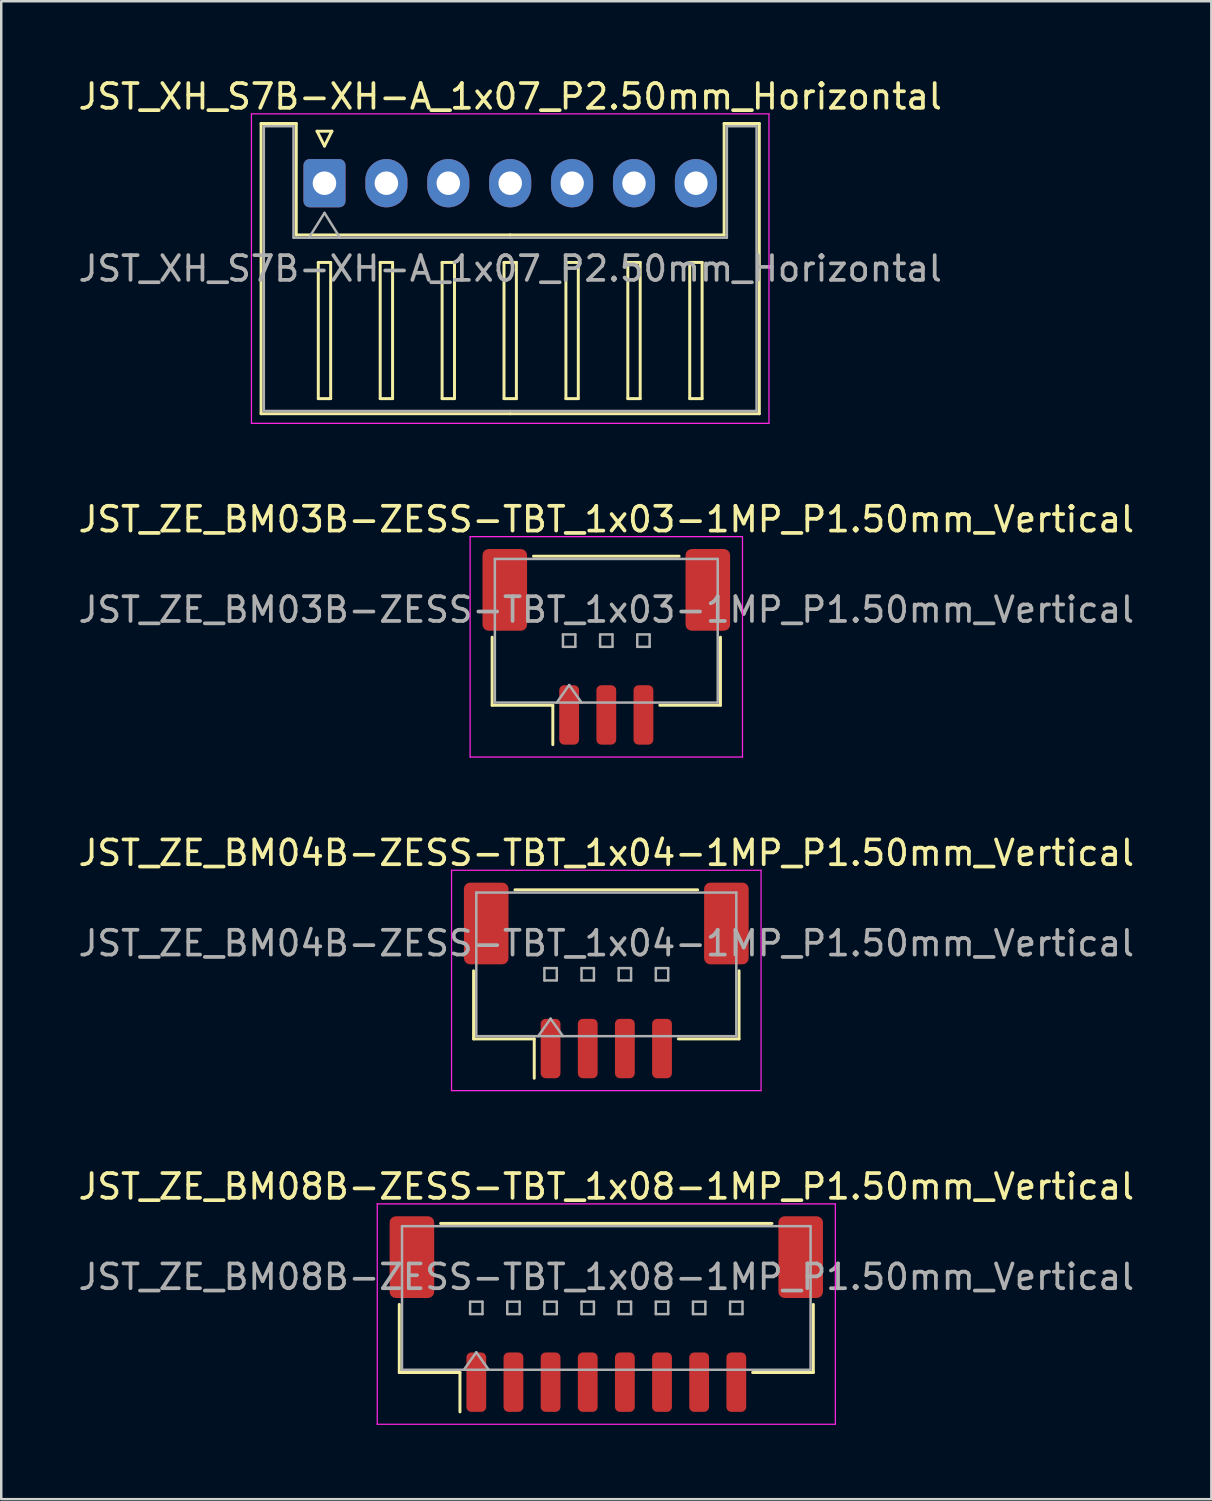
<source format=kicad_pcb>
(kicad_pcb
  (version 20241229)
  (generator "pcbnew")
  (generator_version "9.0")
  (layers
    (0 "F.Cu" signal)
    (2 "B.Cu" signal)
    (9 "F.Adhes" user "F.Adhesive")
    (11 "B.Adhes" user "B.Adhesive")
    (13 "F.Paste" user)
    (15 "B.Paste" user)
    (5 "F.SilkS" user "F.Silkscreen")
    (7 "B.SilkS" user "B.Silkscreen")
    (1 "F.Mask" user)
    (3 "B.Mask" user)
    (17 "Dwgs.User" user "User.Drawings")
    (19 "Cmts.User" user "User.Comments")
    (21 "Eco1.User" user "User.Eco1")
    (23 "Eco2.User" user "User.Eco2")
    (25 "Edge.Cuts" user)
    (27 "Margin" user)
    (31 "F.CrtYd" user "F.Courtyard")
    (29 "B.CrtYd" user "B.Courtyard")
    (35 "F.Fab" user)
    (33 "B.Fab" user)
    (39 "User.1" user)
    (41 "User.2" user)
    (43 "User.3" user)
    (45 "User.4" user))
  (footprint "JST_ZE_BM03B-ZESS-TBT_1x03-1MP_P1.50mm_Vertical"
    (layer "F.Cu")
    (at 21.435 23.072)
    (property "Reference" "JST_ZE_BM03B-ZESS-TBT_1x03-1MP_P1.50mm_Vertical" (at 0 -5.15 0) (layer "F.SilkS") (effects (font (size 1 1) (thickness 0.15))))
    (attr smd)
    (fp_line (start -4.61 -0.39) (end -4.61 2.36) (stroke (width 0.12) (type solid)) (layer "F.SilkS"))
    (fp_line (start -4.61 2.36) (end -2.16 2.36) (stroke (width 0.12) (type solid)) (layer "F.SilkS"))
    (fp_line (start -2.94 -3.66) (end 2.94 -3.66) (stroke (width 0.12) (type solid)) (layer "F.SilkS"))
    (fp_line (start -2.16 2.36) (end -2.16 3.95) (stroke (width 0.12) (type solid)) (layer "F.SilkS"))
    (fp_line (start 4.61 -0.39) (end 4.61 2.36) (stroke (width 0.12) (type solid)) (layer "F.SilkS"))
    (fp_line (start 4.61 2.36) (end 2.16 2.36) (stroke (width 0.12) (type solid)) (layer "F.SilkS"))
    (fp_line (start -5.5 -4.45) (end -5.5 4.45) (stroke (width 0.05) (type solid)) (layer "F.CrtYd"))
    (fp_line (start -5.5 4.45) (end 5.5 4.45) (stroke (width 0.05) (type solid)) (layer "F.CrtYd"))
    (fp_line (start 5.5 -4.45) (end -5.5 -4.45) (stroke (width 0.05) (type solid)) (layer "F.CrtYd"))
    (fp_line (start 5.5 4.45) (end 5.5 -4.45) (stroke (width 0.05) (type solid)) (layer "F.CrtYd"))
    (fp_line (start -4.5 -3.55) (end 4.5 -3.55) (stroke (width 0.1) (type solid)) (layer "F.Fab"))
    (fp_line (start -4.5 2.25) (end -4.5 -3.55) (stroke (width 0.1) (type solid)) (layer "F.Fab"))
    (fp_line (start -4.5 2.25) (end 4.5 2.25) (stroke (width 0.1) (type solid)) (layer "F.Fab"))
    (fp_line (start -2 2.25) (end -1.5 1.543) (stroke (width 0.1) (type solid)) (layer "F.Fab"))
    (fp_line (start -1.75 -0.5) (end -1.75 0) (stroke (width 0.1) (type solid)) (layer "F.Fab"))
    (fp_line (start -1.75 0) (end -1.25 0) (stroke (width 0.1) (type solid)) (layer "F.Fab"))
    (fp_line (start -1.5 1.543) (end -1 2.25) (stroke (width 0.1) (type solid)) (layer "F.Fab"))
    (fp_line (start -1.25 -0.5) (end -1.75 -0.5) (stroke (width 0.1) (type solid)) (layer "F.Fab"))
    (fp_line (start -1.25 0) (end -1.25 -0.5) (stroke (width 0.1) (type solid)) (layer "F.Fab"))
    (fp_line (start -0.25 -0.5) (end -0.25 0) (stroke (width 0.1) (type solid)) (layer "F.Fab"))
    (fp_line (start -0.25 0) (end 0.25 0) (stroke (width 0.1) (type solid)) (layer "F.Fab"))
    (fp_line (start 0.25 -0.5) (end -0.25 -0.5) (stroke (width 0.1) (type solid)) (layer "F.Fab"))
    (fp_line (start 0.25 0) (end 0.25 -0.5) (stroke (width 0.1) (type solid)) (layer "F.Fab"))
    (fp_line (start 1.25 -0.5) (end 1.25 0) (stroke (width 0.1) (type solid)) (layer "F.Fab"))
    (fp_line (start 1.25 0) (end 1.75 0) (stroke (width 0.1) (type solid)) (layer "F.Fab"))
    (fp_line (start 1.75 -0.5) (end 1.25 -0.5) (stroke (width 0.1) (type solid)) (layer "F.Fab"))
    (fp_line (start 1.75 0) (end 1.75 -0.5) (stroke (width 0.1) (type solid)) (layer "F.Fab"))
    (fp_line (start 4.5 2.25) (end 4.5 -3.55) (stroke (width 0.1) (type solid)) (layer "F.Fab"))
    (fp_text user "${REFERENCE}" (at 0 -1.5 0) (layer "F.Fab") (effects (font (size 1 1) (thickness 0.15))))
    (pad "1" smd roundrect (at -1.5 2.75) (size 0.8 2.4) (layers "F.Cu" "F.Mask" "F.Paste") (roundrect_rratio 0.25))
    (pad "2" smd roundrect (at 0 2.75) (size 0.8 2.4) (layers "F.Cu" "F.Mask" "F.Paste") (roundrect_rratio 0.25))
    (pad "3" smd roundrect (at 1.5 2.75) (size 0.8 2.4) (layers "F.Cu" "F.Mask" "F.Paste") (roundrect_rratio 0.25))
    (pad "MP" smd roundrect (at -4.1 -2.3) (size 1.8 3.3) (layers "F.Cu" "F.Mask" "F.Paste") (roundrect_rratio 0.139))
    (pad "MP" smd roundrect (at 4.1 -2.3) (size 1.8 3.3) (layers "F.Cu" "F.Mask" "F.Paste") (roundrect_rratio 0.139)))
  (footprint "JST_ZE_BM04B-ZESS-TBT_1x04-1MP_P1.50mm_Vertical"
    (layer "F.Cu")
    (at 21.435 36.545)
    (property "Reference" "JST_ZE_BM04B-ZESS-TBT_1x04-1MP_P1.50mm_Vertical" (at 0 -5.15 0) (layer "F.SilkS") (effects (font (size 1 1) (thickness 0.15))))
    (attr smd)
    (fp_line (start -5.36 -0.39) (end -5.36 2.36) (stroke (width 0.12) (type solid)) (layer "F.SilkS"))
    (fp_line (start -5.36 2.36) (end -2.91 2.36) (stroke (width 0.12) (type solid)) (layer "F.SilkS"))
    (fp_line (start -3.69 -3.66) (end 3.69 -3.66) (stroke (width 0.12) (type solid)) (layer "F.SilkS"))
    (fp_line (start -2.91 2.36) (end -2.91 3.95) (stroke (width 0.12) (type solid)) (layer "F.SilkS"))
    (fp_line (start 5.36 -0.39) (end 5.36 2.36) (stroke (width 0.12) (type solid)) (layer "F.SilkS"))
    (fp_line (start 5.36 2.36) (end 2.91 2.36) (stroke (width 0.12) (type solid)) (layer "F.SilkS"))
    (fp_line (start -6.25 -4.45) (end -6.25 4.45) (stroke (width 0.05) (type solid)) (layer "F.CrtYd"))
    (fp_line (start -6.25 4.45) (end 6.25 4.45) (stroke (width 0.05) (type solid)) (layer "F.CrtYd"))
    (fp_line (start 6.25 -4.45) (end -6.25 -4.45) (stroke (width 0.05) (type solid)) (layer "F.CrtYd"))
    (fp_line (start 6.25 4.45) (end 6.25 -4.45) (stroke (width 0.05) (type solid)) (layer "F.CrtYd"))
    (fp_line (start -5.25 -3.55) (end 5.25 -3.55) (stroke (width 0.1) (type solid)) (layer "F.Fab"))
    (fp_line (start -5.25 2.25) (end -5.25 -3.55) (stroke (width 0.1) (type solid)) (layer "F.Fab"))
    (fp_line (start -5.25 2.25) (end 5.25 2.25) (stroke (width 0.1) (type solid)) (layer "F.Fab"))
    (fp_line (start -2.75 2.25) (end -2.25 1.543) (stroke (width 0.1) (type solid)) (layer "F.Fab"))
    (fp_line (start -2.5 -0.5) (end -2.5 0) (stroke (width 0.1) (type solid)) (layer "F.Fab"))
    (fp_line (start -2.5 0) (end -2 0) (stroke (width 0.1) (type solid)) (layer "F.Fab"))
    (fp_line (start -2.25 1.543) (end -1.75 2.25) (stroke (width 0.1) (type solid)) (layer "F.Fab"))
    (fp_line (start -2 -0.5) (end -2.5 -0.5) (stroke (width 0.1) (type solid)) (layer "F.Fab"))
    (fp_line (start -2 0) (end -2 -0.5) (stroke (width 0.1) (type solid)) (layer "F.Fab"))
    (fp_line (start -1 -0.5) (end -1 0) (stroke (width 0.1) (type solid)) (layer "F.Fab"))
    (fp_line (start -1 0) (end -0.5 0) (stroke (width 0.1) (type solid)) (layer "F.Fab"))
    (fp_line (start -0.5 -0.5) (end -1 -0.5) (stroke (width 0.1) (type solid)) (layer "F.Fab"))
    (fp_line (start -0.5 0) (end -0.5 -0.5) (stroke (width 0.1) (type solid)) (layer "F.Fab"))
    (fp_line (start 0.5 -0.5) (end 0.5 0) (stroke (width 0.1) (type solid)) (layer "F.Fab"))
    (fp_line (start 0.5 0) (end 1 0) (stroke (width 0.1) (type solid)) (layer "F.Fab"))
    (fp_line (start 1 -0.5) (end 0.5 -0.5) (stroke (width 0.1) (type solid)) (layer "F.Fab"))
    (fp_line (start 1 0) (end 1 -0.5) (stroke (width 0.1) (type solid)) (layer "F.Fab"))
    (fp_line (start 2 -0.5) (end 2 0) (stroke (width 0.1) (type solid)) (layer "F.Fab"))
    (fp_line (start 2 0) (end 2.5 0) (stroke (width 0.1) (type solid)) (layer "F.Fab"))
    (fp_line (start 2.5 -0.5) (end 2 -0.5) (stroke (width 0.1) (type solid)) (layer "F.Fab"))
    (fp_line (start 2.5 0) (end 2.5 -0.5) (stroke (width 0.1) (type solid)) (layer "F.Fab"))
    (fp_line (start 5.25 2.25) (end 5.25 -3.55) (stroke (width 0.1) (type solid)) (layer "F.Fab"))
    (fp_text user "${REFERENCE}" (at 0 -1.5 0) (layer "F.Fab") (effects (font (size 1 1) (thickness 0.15))))
    (pad "1" smd roundrect (at -2.25 2.75) (size 0.8 2.4) (layers "F.Cu" "F.Mask" "F.Paste") (roundrect_rratio 0.25))
    (pad "2" smd roundrect (at -0.75 2.75) (size 0.8 2.4) (layers "F.Cu" "F.Mask" "F.Paste") (roundrect_rratio 0.25))
    (pad "3" smd roundrect (at 0.75 2.75) (size 0.8 2.4) (layers "F.Cu" "F.Mask" "F.Paste") (roundrect_rratio 0.25))
    (pad "4" smd roundrect (at 2.25 2.75) (size 0.8 2.4) (layers "F.Cu" "F.Mask" "F.Paste") (roundrect_rratio 0.25))
    (pad "MP" smd roundrect (at -4.85 -2.3) (size 1.8 3.3) (layers "F.Cu" "F.Mask" "F.Paste") (roundrect_rratio 0.139))
    (pad "MP" smd roundrect (at 4.85 -2.3) (size 1.8 3.3) (layers "F.Cu" "F.Mask" "F.Paste") (roundrect_rratio 0.139)))
  (footprint "JST_XH_S7B-XH-A_1x07_P2.50mm_Horizontal"
    (layer "F.Cu")
    (at 10.054 4.348)
    (property "Reference" "JST_XH_S7B-XH-A_1x07_P2.50mm_Horizontal" (at 7.5 -3.5 0) (layer "F.SilkS") (effects (font (size 1 1) (thickness 0.15))))
    (attr through_hole)
    (fp_line (start -2.56 -2.41) (end -1.14 -2.41) (stroke (width 0.12) (type solid)) (layer "F.SilkS"))
    (fp_line (start -2.56 9.31) (end -2.56 -2.41) (stroke (width 0.12) (type solid)) (layer "F.SilkS"))
    (fp_line (start -1.14 -2.41) (end -1.14 2.09) (stroke (width 0.12) (type solid)) (layer "F.SilkS"))
    (fp_line (start -1.14 2.09) (end 7.5 2.09) (stroke (width 0.12) (type solid)) (layer "F.SilkS"))
    (fp_line (start -0.3 -2.1) (end 0.3 -2.1) (stroke (width 0.12) (type solid)) (layer "F.SilkS"))
    (fp_line (start -0.25 3.2) (end -0.25 8.7) (stroke (width 0.12) (type solid)) (layer "F.SilkS"))
    (fp_line (start -0.25 8.7) (end 0.25 8.7) (stroke (width 0.12) (type solid)) (layer "F.SilkS"))
    (fp_line (start 0 -1.5) (end -0.3 -2.1) (stroke (width 0.12) (type solid)) (layer "F.SilkS"))
    (fp_line (start 0.25 3.2) (end -0.25 3.2) (stroke (width 0.12) (type solid)) (layer "F.SilkS"))
    (fp_line (start 0.25 8.7) (end 0.25 3.2) (stroke (width 0.12) (type solid)) (layer "F.SilkS"))
    (fp_line (start 0.3 -2.1) (end 0 -1.5) (stroke (width 0.12) (type solid)) (layer "F.SilkS"))
    (fp_line (start 2.25 3.2) (end 2.25 8.7) (stroke (width 0.12) (type solid)) (layer "F.SilkS"))
    (fp_line (start 2.25 8.7) (end 2.75 8.7) (stroke (width 0.12) (type solid)) (layer "F.SilkS"))
    (fp_line (start 2.75 3.2) (end 2.25 3.2) (stroke (width 0.12) (type solid)) (layer "F.SilkS"))
    (fp_line (start 2.75 8.7) (end 2.75 3.2) (stroke (width 0.12) (type solid)) (layer "F.SilkS"))
    (fp_line (start 4.75 3.2) (end 4.75 8.7) (stroke (width 0.12) (type solid)) (layer "F.SilkS"))
    (fp_line (start 4.75 8.7) (end 5.25 8.7) (stroke (width 0.12) (type solid)) (layer "F.SilkS"))
    (fp_line (start 5.25 3.2) (end 4.75 3.2) (stroke (width 0.12) (type solid)) (layer "F.SilkS"))
    (fp_line (start 5.25 8.7) (end 5.25 3.2) (stroke (width 0.12) (type solid)) (layer "F.SilkS"))
    (fp_line (start 7.25 3.2) (end 7.25 8.7) (stroke (width 0.12) (type solid)) (layer "F.SilkS"))
    (fp_line (start 7.25 8.7) (end 7.75 8.7) (stroke (width 0.12) (type solid)) (layer "F.SilkS"))
    (fp_line (start 7.5 9.31) (end -2.56 9.31) (stroke (width 0.12) (type solid)) (layer "F.SilkS"))
    (fp_line (start 7.5 9.31) (end 17.56 9.31) (stroke (width 0.12) (type solid)) (layer "F.SilkS"))
    (fp_line (start 7.75 3.2) (end 7.25 3.2) (stroke (width 0.12) (type solid)) (layer "F.SilkS"))
    (fp_line (start 7.75 8.7) (end 7.75 3.2) (stroke (width 0.12) (type solid)) (layer "F.SilkS"))
    (fp_line (start 9.75 3.2) (end 9.75 8.7) (stroke (width 0.12) (type solid)) (layer "F.SilkS"))
    (fp_line (start 9.75 8.7) (end 10.25 8.7) (stroke (width 0.12) (type solid)) (layer "F.SilkS"))
    (fp_line (start 10.25 3.2) (end 9.75 3.2) (stroke (width 0.12) (type solid)) (layer "F.SilkS"))
    (fp_line (start 10.25 8.7) (end 10.25 3.2) (stroke (width 0.12) (type solid)) (layer "F.SilkS"))
    (fp_line (start 12.25 3.2) (end 12.25 8.7) (stroke (width 0.12) (type solid)) (layer "F.SilkS"))
    (fp_line (start 12.25 8.7) (end 12.75 8.7) (stroke (width 0.12) (type solid)) (layer "F.SilkS"))
    (fp_line (start 12.75 3.2) (end 12.25 3.2) (stroke (width 0.12) (type solid)) (layer "F.SilkS"))
    (fp_line (start 12.75 8.7) (end 12.75 3.2) (stroke (width 0.12) (type solid)) (layer "F.SilkS"))
    (fp_line (start 14.75 3.2) (end 14.75 8.7) (stroke (width 0.12) (type solid)) (layer "F.SilkS"))
    (fp_line (start 14.75 8.7) (end 15.25 8.7) (stroke (width 0.12) (type solid)) (layer "F.SilkS"))
    (fp_line (start 15.25 3.2) (end 14.75 3.2) (stroke (width 0.12) (type solid)) (layer "F.SilkS"))
    (fp_line (start 15.25 8.7) (end 15.25 3.2) (stroke (width 0.12) (type solid)) (layer "F.SilkS"))
    (fp_line (start 16.14 -2.41) (end 16.14 2.09) (stroke (width 0.12) (type solid)) (layer "F.SilkS"))
    (fp_line (start 16.14 2.09) (end 7.5 2.09) (stroke (width 0.12) (type solid)) (layer "F.SilkS"))
    (fp_line (start 17.56 -2.41) (end 16.14 -2.41) (stroke (width 0.12) (type solid)) (layer "F.SilkS"))
    (fp_line (start 17.56 9.31) (end 17.56 -2.41) (stroke (width 0.12) (type solid)) (layer "F.SilkS"))
    (fp_line (start -2.95 -2.8) (end -2.95 9.7) (stroke (width 0.05) (type solid)) (layer "F.CrtYd"))
    (fp_line (start -2.95 9.7) (end 17.95 9.7) (stroke (width 0.05) (type solid)) (layer "F.CrtYd"))
    (fp_line (start 17.95 -2.8) (end -2.95 -2.8) (stroke (width 0.05) (type solid)) (layer "F.CrtYd"))
    (fp_line (start 17.95 9.7) (end 17.95 -2.8) (stroke (width 0.05) (type solid)) (layer "F.CrtYd"))
    (fp_line (start -2.45 -2.3) (end -1.25 -2.3) (stroke (width 0.1) (type solid)) (layer "F.Fab"))
    (fp_line (start -2.45 9.2) (end -2.45 -2.3) (stroke (width 0.1) (type solid)) (layer "F.Fab"))
    (fp_line (start -1.25 -2.3) (end -1.25 2.2) (stroke (width 0.1) (type solid)) (layer "F.Fab"))
    (fp_line (start -1.25 2.2) (end 7.5 2.2) (stroke (width 0.1) (type solid)) (layer "F.Fab"))
    (fp_line (start -0.625 2.2) (end 0 1.2) (stroke (width 0.1) (type solid)) (layer "F.Fab"))
    (fp_line (start 0 1.2) (end 0.625 2.2) (stroke (width 0.1) (type solid)) (layer "F.Fab"))
    (fp_line (start 7.5 9.2) (end -2.45 9.2) (stroke (width 0.1) (type solid)) (layer "F.Fab"))
    (fp_line (start 7.5 9.2) (end 17.45 9.2) (stroke (width 0.1) (type solid)) (layer "F.Fab"))
    (fp_line (start 16.25 -2.3) (end 16.25 2.2) (stroke (width 0.1) (type solid)) (layer "F.Fab"))
    (fp_line (start 16.25 2.2) (end 7.5 2.2) (stroke (width 0.1) (type solid)) (layer "F.Fab"))
    (fp_line (start 17.45 -2.3) (end 16.25 -2.3) (stroke (width 0.1) (type solid)) (layer "F.Fab"))
    (fp_line (start 17.45 9.2) (end 17.45 -2.3) (stroke (width 0.1) (type solid)) (layer "F.Fab"))
    (fp_text user "${REFERENCE}" (at 7.5 3.45 0) (layer "F.Fab") (effects (font (size 1 1) (thickness 0.15))))
    (pad "1" thru_hole roundrect (at 0 0) (size 1.7 1.95) (drill 0.95) (layers "*.Cu" "*.Mask") (roundrect_rratio 0.147))
    (pad "2" thru_hole oval (at 2.5 0) (size 1.7 1.95) (drill 0.95) (layers "*.Cu" "*.Mask"))
    (pad "3" thru_hole oval (at 5 0) (size 1.7 1.95) (drill 0.95) (layers "*.Cu" "*.Mask"))
    (pad "4" thru_hole oval (at 7.5 0) (size 1.7 1.95) (drill 0.95) (layers "*.Cu" "*.Mask"))
    (pad "5" thru_hole oval (at 10 0) (size 1.7 1.95) (drill 0.95) (layers "*.Cu" "*.Mask"))
    (pad "6" thru_hole oval (at 12.5 0) (size 1.7 1.95) (drill 0.95) (layers "*.Cu" "*.Mask"))
    (pad "7" thru_hole oval (at 15 0) (size 1.7 1.95) (drill 0.95) (layers "*.Cu" "*.Mask")))
  (footprint "JST_ZE_BM08B-ZESS-TBT_1x08-1MP_P1.50mm_Vertical"
    (layer "F.Cu")
    (at 21.435 50.018)
    (property "Reference" "JST_ZE_BM08B-ZESS-TBT_1x08-1MP_P1.50mm_Vertical" (at 0 -5.15 0) (layer "F.SilkS") (effects (font (size 1 1) (thickness 0.15))))
    (attr smd)
    (fp_line (start -8.36 -0.39) (end -8.36 2.36) (stroke (width 0.12) (type solid)) (layer "F.SilkS"))
    (fp_line (start -8.36 2.36) (end -5.91 2.36) (stroke (width 0.12) (type solid)) (layer "F.SilkS"))
    (fp_line (start -6.69 -3.66) (end 6.69 -3.66) (stroke (width 0.12) (type solid)) (layer "F.SilkS"))
    (fp_line (start -5.91 2.36) (end -5.91 3.95) (stroke (width 0.12) (type solid)) (layer "F.SilkS"))
    (fp_line (start 8.36 -0.39) (end 8.36 2.36) (stroke (width 0.12) (type solid)) (layer "F.SilkS"))
    (fp_line (start 8.36 2.36) (end 5.91 2.36) (stroke (width 0.12) (type solid)) (layer "F.SilkS"))
    (fp_line (start -9.25 -4.45) (end -9.25 4.45) (stroke (width 0.05) (type solid)) (layer "F.CrtYd"))
    (fp_line (start -9.25 4.45) (end 9.25 4.45) (stroke (width 0.05) (type solid)) (layer "F.CrtYd"))
    (fp_line (start 9.25 -4.45) (end -9.25 -4.45) (stroke (width 0.05) (type solid)) (layer "F.CrtYd"))
    (fp_line (start 9.25 4.45) (end 9.25 -4.45) (stroke (width 0.05) (type solid)) (layer "F.CrtYd"))
    (fp_line (start -8.25 -3.55) (end 8.25 -3.55) (stroke (width 0.1) (type solid)) (layer "F.Fab"))
    (fp_line (start -8.25 2.25) (end -8.25 -3.55) (stroke (width 0.1) (type solid)) (layer "F.Fab"))
    (fp_line (start -8.25 2.25) (end 8.25 2.25) (stroke (width 0.1) (type solid)) (layer "F.Fab"))
    (fp_line (start -5.75 2.25) (end -5.25 1.543) (stroke (width 0.1) (type solid)) (layer "F.Fab"))
    (fp_line (start -5.5 -0.5) (end -5.5 0) (stroke (width 0.1) (type solid)) (layer "F.Fab"))
    (fp_line (start -5.5 0) (end -5 0) (stroke (width 0.1) (type solid)) (layer "F.Fab"))
    (fp_line (start -5.25 1.543) (end -4.75 2.25) (stroke (width 0.1) (type solid)) (layer "F.Fab"))
    (fp_line (start -5 -0.5) (end -5.5 -0.5) (stroke (width 0.1) (type solid)) (layer "F.Fab"))
    (fp_line (start -5 0) (end -5 -0.5) (stroke (width 0.1) (type solid)) (layer "F.Fab"))
    (fp_line (start -4 -0.5) (end -4 0) (stroke (width 0.1) (type solid)) (layer "F.Fab"))
    (fp_line (start -4 0) (end -3.5 0) (stroke (width 0.1) (type solid)) (layer "F.Fab"))
    (fp_line (start -3.5 -0.5) (end -4 -0.5) (stroke (width 0.1) (type solid)) (layer "F.Fab"))
    (fp_line (start -3.5 0) (end -3.5 -0.5) (stroke (width 0.1) (type solid)) (layer "F.Fab"))
    (fp_line (start -2.5 -0.5) (end -2.5 0) (stroke (width 0.1) (type solid)) (layer "F.Fab"))
    (fp_line (start -2.5 0) (end -2 0) (stroke (width 0.1) (type solid)) (layer "F.Fab"))
    (fp_line (start -2 -0.5) (end -2.5 -0.5) (stroke (width 0.1) (type solid)) (layer "F.Fab"))
    (fp_line (start -2 0) (end -2 -0.5) (stroke (width 0.1) (type solid)) (layer "F.Fab"))
    (fp_line (start -1 -0.5) (end -1 0) (stroke (width 0.1) (type solid)) (layer "F.Fab"))
    (fp_line (start -1 0) (end -0.5 0) (stroke (width 0.1) (type solid)) (layer "F.Fab"))
    (fp_line (start -0.5 -0.5) (end -1 -0.5) (stroke (width 0.1) (type solid)) (layer "F.Fab"))
    (fp_line (start -0.5 0) (end -0.5 -0.5) (stroke (width 0.1) (type solid)) (layer "F.Fab"))
    (fp_line (start 0.5 -0.5) (end 0.5 0) (stroke (width 0.1) (type solid)) (layer "F.Fab"))
    (fp_line (start 0.5 0) (end 1 0) (stroke (width 0.1) (type solid)) (layer "F.Fab"))
    (fp_line (start 1 -0.5) (end 0.5 -0.5) (stroke (width 0.1) (type solid)) (layer "F.Fab"))
    (fp_line (start 1 0) (end 1 -0.5) (stroke (width 0.1) (type solid)) (layer "F.Fab"))
    (fp_line (start 2 -0.5) (end 2 0) (stroke (width 0.1) (type solid)) (layer "F.Fab"))
    (fp_line (start 2 0) (end 2.5 0) (stroke (width 0.1) (type solid)) (layer "F.Fab"))
    (fp_line (start 2.5 -0.5) (end 2 -0.5) (stroke (width 0.1) (type solid)) (layer "F.Fab"))
    (fp_line (start 2.5 0) (end 2.5 -0.5) (stroke (width 0.1) (type solid)) (layer "F.Fab"))
    (fp_line (start 3.5 -0.5) (end 3.5 0) (stroke (width 0.1) (type solid)) (layer "F.Fab"))
    (fp_line (start 3.5 0) (end 4 0) (stroke (width 0.1) (type solid)) (layer "F.Fab"))
    (fp_line (start 4 -0.5) (end 3.5 -0.5) (stroke (width 0.1) (type solid)) (layer "F.Fab"))
    (fp_line (start 4 0) (end 4 -0.5) (stroke (width 0.1) (type solid)) (layer "F.Fab"))
    (fp_line (start 5 -0.5) (end 5 0) (stroke (width 0.1) (type solid)) (layer "F.Fab"))
    (fp_line (start 5 0) (end 5.5 0) (stroke (width 0.1) (type solid)) (layer "F.Fab"))
    (fp_line (start 5.5 -0.5) (end 5 -0.5) (stroke (width 0.1) (type solid)) (layer "F.Fab"))
    (fp_line (start 5.5 0) (end 5.5 -0.5) (stroke (width 0.1) (type solid)) (layer "F.Fab"))
    (fp_line (start 8.25 2.25) (end 8.25 -3.55) (stroke (width 0.1) (type solid)) (layer "F.Fab"))
    (fp_text user "${REFERENCE}" (at 0 -1.5 0) (layer "F.Fab") (effects (font (size 1 1) (thickness 0.15))))
    (pad "1" smd roundrect (at -5.25 2.75) (size 0.8 2.4) (layers "F.Cu" "F.Mask" "F.Paste") (roundrect_rratio 0.25))
    (pad "2" smd roundrect (at -3.75 2.75) (size 0.8 2.4) (layers "F.Cu" "F.Mask" "F.Paste") (roundrect_rratio 0.25))
    (pad "3" smd roundrect (at -2.25 2.75) (size 0.8 2.4) (layers "F.Cu" "F.Mask" "F.Paste") (roundrect_rratio 0.25))
    (pad "4" smd roundrect (at -0.75 2.75) (size 0.8 2.4) (layers "F.Cu" "F.Mask" "F.Paste") (roundrect_rratio 0.25))
    (pad "5" smd roundrect (at 0.75 2.75) (size 0.8 2.4) (layers "F.Cu" "F.Mask" "F.Paste") (roundrect_rratio 0.25))
    (pad "6" smd roundrect (at 2.25 2.75) (size 0.8 2.4) (layers "F.Cu" "F.Mask" "F.Paste") (roundrect_rratio 0.25))
    (pad "7" smd roundrect (at 3.75 2.75) (size 0.8 2.4) (layers "F.Cu" "F.Mask" "F.Paste") (roundrect_rratio 0.25))
    (pad "8" smd roundrect (at 5.25 2.75) (size 0.8 2.4) (layers "F.Cu" "F.Mask" "F.Paste") (roundrect_rratio 0.25))
    (pad "MP" smd roundrect (at -7.85 -2.3) (size 1.8 3.3) (layers "F.Cu" "F.Mask" "F.Paste") (roundrect_rratio 0.139))
    (pad "MP" smd roundrect (at 7.85 -2.3) (size 1.8 3.3) (layers "F.Cu" "F.Mask" "F.Paste") (roundrect_rratio 0.139)))
  (gr_rect
    (start -3 -3)
    (end 45.869 57.493)
    (stroke (width 0.1) (type default))
    (fill no)
    (layer "Edge.Cuts")))
</source>
